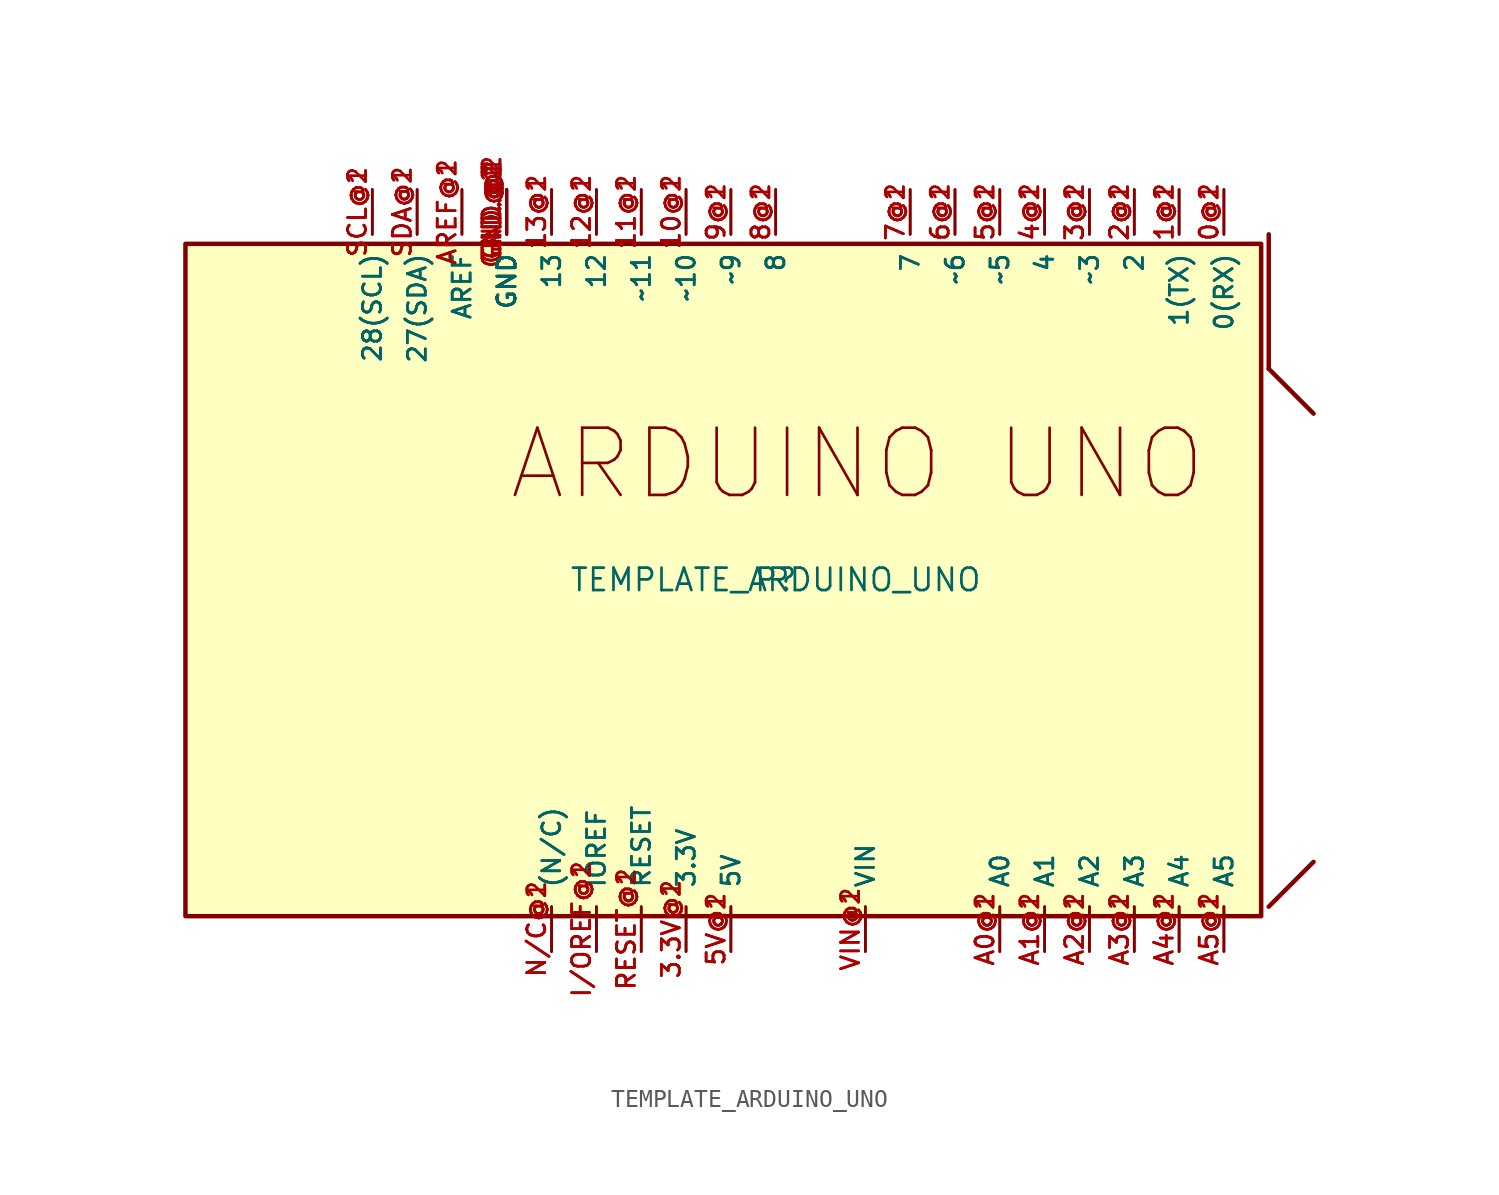
<source format=kicad_sym>
(kicad_symbol_lib
  (version 20211014)
  (generator kicad_symbol_editor)
  (symbol "TEMPLATE_ARDUINO_UNO"
    (pin_names
      (offset 1.016))
    (property "Reference" "P"
      (at 0 0 0)
      (effects (font (size 1.27 1.27)) (justify bottom)))
    (property "Value" "TEMPLATE_ARDUINO_UNO"
      (at 0 0.0 0)
      (effects (font (size 1.27 1.27)) (justify bottom)))
    (symbol "TEMPLATE_ARDUINO_UNO_0_0"
      (polyline (pts (xy 27.94 20.32) (xy 27.94 12.7)) (stroke (width 0.254)))
      (polyline (pts (xy 27.94 12.7) (xy 30.48 10.16)) (stroke (width 0.254)))
      (polyline (pts (xy 30.48 -15.24) (xy 27.94 -17.78)) (stroke (width 0.254)))
      (text "ARDUINO UNO" (at -15.24 5.08 0) (effects (font (size 3.81 3.81)) (justify bottom left)))
      (rectangle (start -33.449 -18.317) (end 27.511 19.783) (stroke (width 0.254)) (fill (type background)))
      (pin bidirectional line (at -12.7 -20.32 90.0) (length 2.54) (name "(N/C)" (effects (font (size 1.016 1.016)))) (number "N/C@1" (effects (font (size 1.016 1.016)))))
      (pin bidirectional line (at -12.7 -20.32 90.0) (length 2.54) (name "(N/C)" (effects (font (size 1.016 1.016)))) (number "N/C@2" (effects (font (size 1.016 1.016)))))
      (pin bidirectional line (at 25.4 22.86 270.0) (length 2.54) (name "0(RX)" (effects (font (size 1.016 1.016)))) (number "0@1" (effects (font (size 1.016 1.016)))))
      (pin bidirectional line (at 25.4 22.86 270.0) (length 2.54) (name "0(RX)" (effects (font (size 1.016 1.016)))) (number "0@2" (effects (font (size 1.016 1.016)))))
      (pin bidirectional line (at 22.86 22.86 270.0) (length 2.54) (name "1(TX)" (effects (font (size 1.016 1.016)))) (number "1@1" (effects (font (size 1.016 1.016)))))
      (pin bidirectional line (at 22.86 22.86 270.0) (length 2.54) (name "1(TX)" (effects (font (size 1.016 1.016)))) (number "1@2" (effects (font (size 1.016 1.016)))))
      (pin bidirectional line (at 20.32 22.86 270.0) (length 2.54) (name "2" (effects (font (size 1.016 1.016)))) (number "2@1" (effects (font (size 1.016 1.016)))))
      (pin bidirectional line (at 20.32 22.86 270.0) (length 2.54) (name "2" (effects (font (size 1.016 1.016)))) (number "2@2" (effects (font (size 1.016 1.016)))))
      (pin bidirectional line (at -5.08 -20.32 90.0) (length 2.54) (name "3.3V" (effects (font (size 1.016 1.016)))) (number "3.3V@1" (effects (font (size 1.016 1.016)))))
      (pin bidirectional line (at -5.08 -20.32 90.0) (length 2.54) (name "3.3V" (effects (font (size 1.016 1.016)))) (number "3.3V@2" (effects (font (size 1.016 1.016)))))
      (pin bidirectional line (at 15.24 22.86 270.0) (length 2.54) (name "4" (effects (font (size 1.016 1.016)))) (number "4@1" (effects (font (size 1.016 1.016)))))
      (pin bidirectional line (at 15.24 22.86 270.0) (length 2.54) (name "4" (effects (font (size 1.016 1.016)))) (number "4@2" (effects (font (size 1.016 1.016)))))
      (pin bidirectional line (at -2.54 -20.32 90.0) (length 2.54) (name "5V" (effects (font (size 1.016 1.016)))) (number "5V@1" (effects (font (size 1.016 1.016)))))
      (pin bidirectional line (at -2.54 -20.32 90.0) (length 2.54) (name "5V" (effects (font (size 1.016 1.016)))) (number "5V@2" (effects (font (size 1.016 1.016)))))
      (pin bidirectional line (at 7.62 22.86 270.0) (length 2.54) (name "7" (effects (font (size 1.016 1.016)))) (number "7@1" (effects (font (size 1.016 1.016)))))
      (pin bidirectional line (at 7.62 22.86 270.0) (length 2.54) (name "7" (effects (font (size 1.016 1.016)))) (number "7@2" (effects (font (size 1.016 1.016)))))
      (pin bidirectional line (at 0.0 22.86 270.0) (length 2.54) (name "8" (effects (font (size 1.016 1.016)))) (number "8@1" (effects (font (size 1.016 1.016)))))
      (pin bidirectional line (at 0.0 22.86 270.0) (length 2.54) (name "8" (effects (font (size 1.016 1.016)))) (number "8@2" (effects (font (size 1.016 1.016)))))
      (pin bidirectional line (at -10.16 22.86 270.0) (length 2.54) (name "12" (effects (font (size 1.016 1.016)))) (number "12@1" (effects (font (size 1.016 1.016)))))
      (pin bidirectional line (at -10.16 22.86 270.0) (length 2.54) (name "12" (effects (font (size 1.016 1.016)))) (number "12@2" (effects (font (size 1.016 1.016)))))
      (pin bidirectional line (at -12.7 22.86 270.0) (length 2.54) (name "13" (effects (font (size 1.016 1.016)))) (number "13@1" (effects (font (size 1.016 1.016)))))
      (pin bidirectional line (at -12.7 22.86 270.0) (length 2.54) (name "13" (effects (font (size 1.016 1.016)))) (number "13@2" (effects (font (size 1.016 1.016)))))
      (pin bidirectional line (at -20.32 22.86 270.0) (length 2.54) (name "27(SDA)" (effects (font (size 1.016 1.016)))) (number "SDA@1" (effects (font (size 1.016 1.016)))))
      (pin bidirectional line (at -20.32 22.86 270.0) (length 2.54) (name "27(SDA)" (effects (font (size 1.016 1.016)))) (number "SDA@2" (effects (font (size 1.016 1.016)))))
      (pin bidirectional line (at -22.86 22.86 270.0) (length 2.54) (name "28(SCL)" (effects (font (size 1.016 1.016)))) (number "SCL@1" (effects (font (size 1.016 1.016)))))
      (pin bidirectional line (at -22.86 22.86 270.0) (length 2.54) (name "28(SCL)" (effects (font (size 1.016 1.016)))) (number "SCL@2" (effects (font (size 1.016 1.016)))))
      (pin bidirectional line (at 12.7 -20.32 90.0) (length 2.54) (name "A0" (effects (font (size 1.016 1.016)))) (number "A0@1" (effects (font (size 1.016 1.016)))))
      (pin bidirectional line (at 12.7 -20.32 90.0) (length 2.54) (name "A0" (effects (font (size 1.016 1.016)))) (number "A0@2" (effects (font (size 1.016 1.016)))))
      (pin bidirectional line (at 15.24 -20.32 90.0) (length 2.54) (name "A1" (effects (font (size 1.016 1.016)))) (number "A1@1" (effects (font (size 1.016 1.016)))))
      (pin bidirectional line (at 15.24 -20.32 90.0) (length 2.54) (name "A1" (effects (font (size 1.016 1.016)))) (number "A1@2" (effects (font (size 1.016 1.016)))))
      (pin bidirectional line (at 17.78 -20.32 90.0) (length 2.54) (name "A2" (effects (font (size 1.016 1.016)))) (number "A2@1" (effects (font (size 1.016 1.016)))))
      (pin bidirectional line (at 17.78 -20.32 90.0) (length 2.54) (name "A2" (effects (font (size 1.016 1.016)))) (number "A2@2" (effects (font (size 1.016 1.016)))))
      (pin bidirectional line (at 20.32 -20.32 90.0) (length 2.54) (name "A3" (effects (font (size 1.016 1.016)))) (number "A3@1" (effects (font (size 1.016 1.016)))))
      (pin bidirectional line (at 20.32 -20.32 90.0) (length 2.54) (name "A3" (effects (font (size 1.016 1.016)))) (number "A3@2" (effects (font (size 1.016 1.016)))))
      (pin bidirectional line (at 22.86 -20.32 90.0) (length 2.54) (name "A4" (effects (font (size 1.016 1.016)))) (number "A4@1" (effects (font (size 1.016 1.016)))))
      (pin bidirectional line (at 22.86 -20.32 90.0) (length 2.54) (name "A4" (effects (font (size 1.016 1.016)))) (number "A4@2" (effects (font (size 1.016 1.016)))))
      (pin bidirectional line (at 25.4 -20.32 90.0) (length 2.54) (name "A5" (effects (font (size 1.016 1.016)))) (number "A5@1" (effects (font (size 1.016 1.016)))))
      (pin bidirectional line (at 25.4 -20.32 90.0) (length 2.54) (name "A5" (effects (font (size 1.016 1.016)))) (number "A5@2" (effects (font (size 1.016 1.016)))))
      (pin bidirectional line (at -17.78 22.86 270.0) (length 2.54) (name "AREF" (effects (font (size 1.016 1.016)))) (number "AREF@1" (effects (font (size 1.016 1.016)))))
      (pin bidirectional line (at -17.78 22.86 270.0) (length 2.54) (name "AREF" (effects (font (size 1.016 1.016)))) (number "AREF@2" (effects (font (size 1.016 1.016)))))
      (pin bidirectional line (at -15.24 22.86 270.0) (length 2.54) (name "GND" (effects (font (size 1.016 1.016)))) (number "GND..@1" (effects (font (size 1.016 1.016)))))
      (pin bidirectional line (at -15.24 22.86 270.0) (length 2.54) (name "GND" (effects (font (size 1.016 1.016)))) (number "GND..@2" (effects (font (size 1.016 1.016)))))
      (pin bidirectional line (at -15.24 22.86 270.0) (length 2.54) (name "GND" (effects (font (size 1.016 1.016)))) (number "GND.@1" (effects (font (size 1.016 1.016)))))
      (pin bidirectional line (at -15.24 22.86 270.0) (length 2.54) (name "GND" (effects (font (size 1.016 1.016)))) (number "GND.@2" (effects (font (size 1.016 1.016)))))
      (pin bidirectional line (at -15.24 22.86 270.0) (length 2.54) (name "GND" (effects (font (size 1.016 1.016)))) (number "GND@1" (effects (font (size 1.016 1.016)))))
      (pin bidirectional line (at -15.24 22.86 270.0) (length 2.54) (name "GND" (effects (font (size 1.016 1.016)))) (number "GND@2" (effects (font (size 1.016 1.016)))))
      (pin bidirectional line (at -10.16 -20.32 90.0) (length 2.54) (name "IOREF" (effects (font (size 1.016 1.016)))) (number "I/OREF@1" (effects (font (size 1.016 1.016)))))
      (pin bidirectional line (at -10.16 -20.32 90.0) (length 2.54) (name "IOREF" (effects (font (size 1.016 1.016)))) (number "I/OREF@2" (effects (font (size 1.016 1.016)))))
      (pin bidirectional line (at -7.62 -20.32 90.0) (length 2.54) (name "RESET" (effects (font (size 1.016 1.016)))) (number "RESET@1" (effects (font (size 1.016 1.016)))))
      (pin bidirectional line (at -7.62 -20.32 90.0) (length 2.54) (name "RESET" (effects (font (size 1.016 1.016)))) (number "RESET@2" (effects (font (size 1.016 1.016)))))
      (pin bidirectional line (at 5.08 -20.32 90.0) (length 2.54) (name "VIN" (effects (font (size 1.016 1.016)))) (number "VIN@1" (effects (font (size 1.016 1.016)))))
      (pin bidirectional line (at 5.08 -20.32 90.0) (length 2.54) (name "VIN" (effects (font (size 1.016 1.016)))) (number "VIN@2" (effects (font (size 1.016 1.016)))))
      (pin bidirectional line (at 17.78 22.86 270.0) (length 2.54) (name "~3" (effects (font (size 1.016 1.016)))) (number "3@1" (effects (font (size 1.016 1.016)))))
      (pin bidirectional line (at 17.78 22.86 270.0) (length 2.54) (name "~3" (effects (font (size 1.016 1.016)))) (number "3@2" (effects (font (size 1.016 1.016)))))
      (pin bidirectional line (at 12.7 22.86 270.0) (length 2.54) (name "~5" (effects (font (size 1.016 1.016)))) (number "5@1" (effects (font (size 1.016 1.016)))))
      (pin bidirectional line (at 12.7 22.86 270.0) (length 2.54) (name "~5" (effects (font (size 1.016 1.016)))) (number "5@2" (effects (font (size 1.016 1.016)))))
      (pin bidirectional line (at 10.16 22.86 270.0) (length 2.54) (name "~6" (effects (font (size 1.016 1.016)))) (number "6@1" (effects (font (size 1.016 1.016)))))
      (pin bidirectional line (at 10.16 22.86 270.0) (length 2.54) (name "~6" (effects (font (size 1.016 1.016)))) (number "6@2" (effects (font (size 1.016 1.016)))))
      (pin bidirectional line (at -2.54 22.86 270.0) (length 2.54) (name "~9" (effects (font (size 1.016 1.016)))) (number "9@1" (effects (font (size 1.016 1.016)))))
      (pin bidirectional line (at -2.54 22.86 270.0) (length 2.54) (name "~9" (effects (font (size 1.016 1.016)))) (number "9@2" (effects (font (size 1.016 1.016)))))
      (pin bidirectional line (at -5.08 22.86 270.0) (length 2.54) (name "~10" (effects (font (size 1.016 1.016)))) (number "10@1" (effects (font (size 1.016 1.016)))))
      (pin bidirectional line (at -5.08 22.86 270.0) (length 2.54) (name "~10" (effects (font (size 1.016 1.016)))) (number "10@2" (effects (font (size 1.016 1.016)))))
      (pin bidirectional line (at -7.62 22.86 270.0) (length 2.54) (name "~11" (effects (font (size 1.016 1.016)))) (number "11@1" (effects (font (size 1.016 1.016)))))
      (pin bidirectional line (at -7.62 22.86 270.0) (length 2.54) (name "~11" (effects (font (size 1.016 1.016)))) (number "11@2" (effects (font (size 1.016 1.016))))))))
</source>
